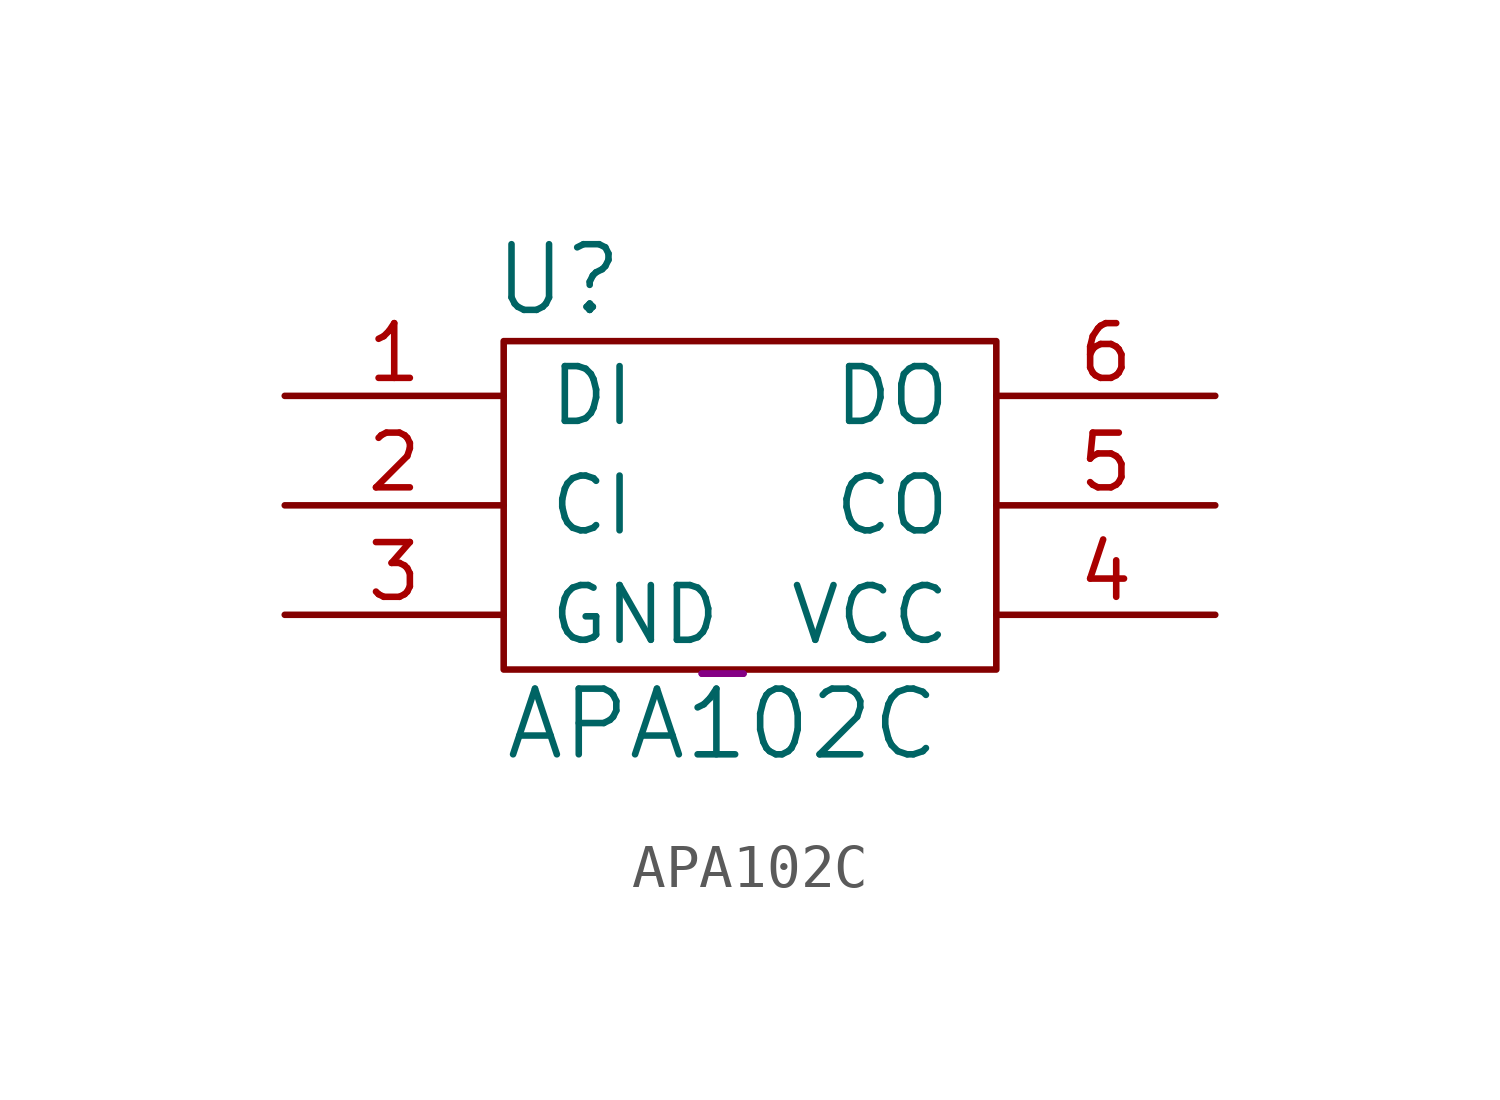
<source format=kicad_sym>
(kicad_symbol_lib
  (version 20211014)
  (generator kicad_symbol_editor)
  (symbol "APA102C"
    (pin_names
      (offset 1.016))
    (property "Reference" "U"
      (at -3.81 9.042 0)
      (effects (font (size 1.524 1.524))))
    (property "Value" "APA102C"
      (at 0 -1.27 0)
      (effects (font (size 1.524 1.524))))
    (property "Website" "-"
      (at 0 0 0)
      (effects (font (size 1.27 1.27))))
    (property "Description" "-"
      (at 0 0 0)
      (effects (font (size 1.27 1.27))))
    (symbol "APA102C_0_1"
      (rectangle (start 6.35 0) (end -5.08 7.62) (stroke (width 0) (type default) (color 0 0 0 0)) (fill (type none))))
    (symbol "APA102C_1_1"
      (pin input line (at -10.16 6.35 0) (length 5.08) (name "DI" (effects (font (size 1.27 1.27)))) (number "1" (effects (font (size 1.27 1.27)))))
      (pin input line (at -10.16 3.81 0) (length 5.08) (name "CI" (effects (font (size 1.27 1.27)))) (number "2" (effects (font (size 1.27 1.27)))))
      (pin input line (at -10.16 1.27 0) (length 5.08) (name "GND" (effects (font (size 1.27 1.27)))) (number "3" (effects (font (size 1.27 1.27)))))
      (pin power_in line (at 11.43 1.27 180) (length 5.08) (name "VCC" (effects (font (size 1.27 1.27)))) (number "4" (effects (font (size 1.27 1.27)))))
      (pin output line (at 11.43 3.81 180) (length 5.08) (name "CO" (effects (font (size 1.27 1.27)))) (number "5" (effects (font (size 1.27 1.27)))))
      (pin output line (at 11.43 6.35 180) (length 5.08) (name "DO" (effects (font (size 1.27 1.27)))) (number "6" (effects (font (size 1.27 1.27))))))))
</source>
